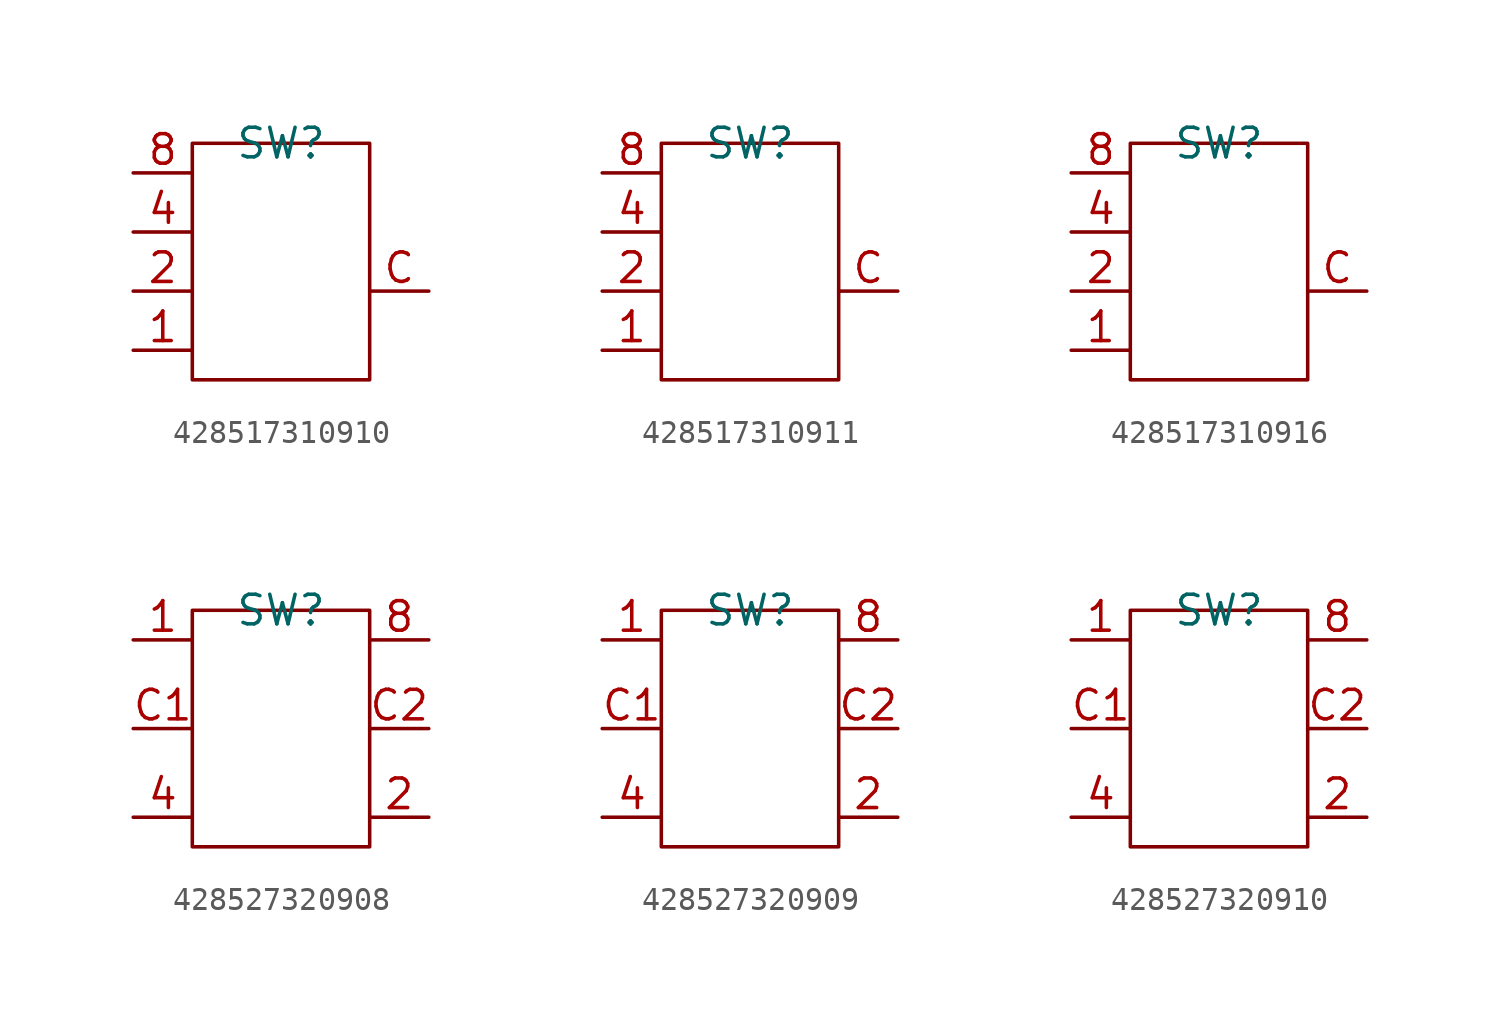
<source format=kicad_sym>
(kicad_symbol_lib
  (version 20220914)
  (generator kicad_symbol_editor)
  (symbol "428517310910"
    (pin_names hide)
    (property "Reference" "SW"
      (at 0 5.08 0)
      (effects (font (size 1.27 1.27))))
    (property "Critical Parameter" ""
      (at 0 -5.08 0)
      (effects (font (size 1.27 1.27)) (justify left)))
    (symbol "428517310910_0_1"
      (rectangle (start -3.81 5.08) (end 3.81 -5.08) (stroke (width 0) (type default)) (fill (type none))))
    (symbol "428517310910_1_1"
      (pin passive line (at -6.35 -3.81 0) (length 2.54) (name "1" (effects (font (size 1.27 1.27)))) (number "1" (effects (font (size 1.27 1.27)))))
      (pin passive line (at -6.35 -1.27 0) (length 2.54) (name "2" (effects (font (size 1.27 1.27)))) (number "2" (effects (font (size 1.27 1.27)))))
      (pin passive line (at -6.35 1.27 0) (length 2.54) (name "4" (effects (font (size 1.27 1.27)))) (number "4" (effects (font (size 1.27 1.27)))))
      (pin passive line (at -6.35 3.81 0) (length 2.54) (name "8" (effects (font (size 1.27 1.27)))) (number "8" (effects (font (size 1.27 1.27)))))
      (pin passive line (at 6.35 -1.27 180) (length 2.54) (name "C" (effects (font (size 1.27 1.27)))) (number "C" (effects (font (size 1.27 1.27)))))))
  (symbol "428517310911"
    (pin_names hide)
    (property "Reference" "SW"
      (at 0 5.08 0)
      (effects (font (size 1.27 1.27))))
    (property "Critical Parameter" ""
      (at 0 -5.08 0)
      (effects (font (size 1.27 1.27)) (justify left)))
    (symbol "428517310911_0_1"
      (rectangle (start -3.81 5.08) (end 3.81 -5.08) (stroke (width 0) (type default)) (fill (type none))))
    (symbol "428517310911_1_1"
      (pin passive line (at -6.35 -3.81 0) (length 2.54) (name "1" (effects (font (size 1.27 1.27)))) (number "1" (effects (font (size 1.27 1.27)))))
      (pin passive line (at -6.35 -1.27 0) (length 2.54) (name "2" (effects (font (size 1.27 1.27)))) (number "2" (effects (font (size 1.27 1.27)))))
      (pin passive line (at -6.35 1.27 0) (length 2.54) (name "4" (effects (font (size 1.27 1.27)))) (number "4" (effects (font (size 1.27 1.27)))))
      (pin passive line (at -6.35 3.81 0) (length 2.54) (name "8" (effects (font (size 1.27 1.27)))) (number "8" (effects (font (size 1.27 1.27)))))
      (pin passive line (at 6.35 -1.27 180) (length 2.54) (name "C" (effects (font (size 1.27 1.27)))) (number "C" (effects (font (size 1.27 1.27)))))))
  (symbol "428517310916"
    (pin_names hide)
    (property "Reference" "SW"
      (at 0 5.08 0)
      (effects (font (size 1.27 1.27))))
    (property "Critical Parameter" ""
      (at 0 -5.08 0)
      (effects (font (size 1.27 1.27)) (justify left)))
    (symbol "428517310916_0_1"
      (rectangle (start -3.81 5.08) (end 3.81 -5.08) (stroke (width 0) (type default)) (fill (type none))))
    (symbol "428517310916_1_1"
      (pin passive line (at -6.35 -3.81 0) (length 2.54) (name "1" (effects (font (size 1.27 1.27)))) (number "1" (effects (font (size 1.27 1.27)))))
      (pin passive line (at -6.35 -1.27 0) (length 2.54) (name "2" (effects (font (size 1.27 1.27)))) (number "2" (effects (font (size 1.27 1.27)))))
      (pin passive line (at -6.35 1.27 0) (length 2.54) (name "4" (effects (font (size 1.27 1.27)))) (number "4" (effects (font (size 1.27 1.27)))))
      (pin passive line (at -6.35 3.81 0) (length 2.54) (name "8" (effects (font (size 1.27 1.27)))) (number "8" (effects (font (size 1.27 1.27)))))
      (pin passive line (at 6.35 -1.27 180) (length 2.54) (name "C" (effects (font (size 1.27 1.27)))) (number "C" (effects (font (size 1.27 1.27)))))))
  (symbol "428527320908"
    (pin_names hide)
    (property "Reference" "SW"
      (at 0 5.08 0)
      (effects (font (size 1.27 1.27))))
    (property "Critical Parameter" ""
      (at 0 -5.08 0)
      (effects (font (size 1.27 1.27)) (justify left)))
    (symbol "428527320908_0_1"
      (rectangle (start -3.81 5.08) (end 3.81 -5.08) (stroke (width 0) (type default)) (fill (type none))))
    (symbol "428527320908_1_1"
      (pin passive line (at -6.35 3.81 0) (length 2.54) (name "1" (effects (font (size 1.27 1.27)))) (number "1" (effects (font (size 1.27 1.27)))))
      (pin passive line (at 6.35 -3.81 180) (length 2.54) (name "2" (effects (font (size 1.27 1.27)))) (number "2" (effects (font (size 1.27 1.27)))))
      (pin passive line (at -6.35 -3.81 0) (length 2.54) (name "4" (effects (font (size 1.27 1.27)))) (number "4" (effects (font (size 1.27 1.27)))))
      (pin passive line (at 6.35 3.81 180) (length 2.54) (name "8" (effects (font (size 1.27 1.27)))) (number "8" (effects (font (size 1.27 1.27)))))
      (pin passive line (at -6.35 0 0) (length 2.54) (name "C1" (effects (font (size 1.27 1.27)))) (number "C1" (effects (font (size 1.27 1.27)))))
      (pin passive line (at 6.35 0 180) (length 2.54) (name "C2" (effects (font (size 1.27 1.27)))) (number "C2" (effects (font (size 1.27 1.27)))))))
  (symbol "428527320909"
    (pin_names hide)
    (property "Reference" "SW"
      (at 0 5.08 0)
      (effects (font (size 1.27 1.27))))
    (property "Critical Parameter" ""
      (at 0 -5.08 0)
      (effects (font (size 1.27 1.27)) (justify left)))
    (symbol "428527320909_0_1"
      (rectangle (start -3.81 5.08) (end 3.81 -5.08) (stroke (width 0) (type default)) (fill (type none))))
    (symbol "428527320909_1_1"
      (pin passive line (at -6.35 3.81 0) (length 2.54) (name "1" (effects (font (size 1.27 1.27)))) (number "1" (effects (font (size 1.27 1.27)))))
      (pin passive line (at 6.35 -3.81 180) (length 2.54) (name "2" (effects (font (size 1.27 1.27)))) (number "2" (effects (font (size 1.27 1.27)))))
      (pin passive line (at -6.35 -3.81 0) (length 2.54) (name "4" (effects (font (size 1.27 1.27)))) (number "4" (effects (font (size 1.27 1.27)))))
      (pin passive line (at 6.35 3.81 180) (length 2.54) (name "8" (effects (font (size 1.27 1.27)))) (number "8" (effects (font (size 1.27 1.27)))))
      (pin passive line (at -6.35 0 0) (length 2.54) (name "C1" (effects (font (size 1.27 1.27)))) (number "C1" (effects (font (size 1.27 1.27)))))
      (pin passive line (at 6.35 0 180) (length 2.54) (name "C2" (effects (font (size 1.27 1.27)))) (number "C2" (effects (font (size 1.27 1.27)))))))
  (symbol "428527320910"
    (pin_names hide)
    (property "Reference" "SW"
      (at 0 5.08 0)
      (effects (font (size 1.27 1.27))))
    (property "Critical Parameter" ""
      (at 0 -5.08 0)
      (effects (font (size 1.27 1.27)) (justify left)))
    (symbol "428527320910_0_1"
      (rectangle (start -3.81 5.08) (end 3.81 -5.08) (stroke (width 0) (type default)) (fill (type none))))
    (symbol "428527320910_1_1"
      (pin passive line (at -6.35 3.81 0) (length 2.54) (name "1" (effects (font (size 1.27 1.27)))) (number "1" (effects (font (size 1.27 1.27)))))
      (pin passive line (at 6.35 -3.81 180) (length 2.54) (name "2" (effects (font (size 1.27 1.27)))) (number "2" (effects (font (size 1.27 1.27)))))
      (pin passive line (at -6.35 -3.81 0) (length 2.54) (name "4" (effects (font (size 1.27 1.27)))) (number "4" (effects (font (size 1.27 1.27)))))
      (pin passive line (at 6.35 3.81 180) (length 2.54) (name "8" (effects (font (size 1.27 1.27)))) (number "8" (effects (font (size 1.27 1.27)))))
      (pin passive line (at -6.35 0 0) (length 2.54) (name "C1" (effects (font (size 1.27 1.27)))) (number "C1" (effects (font (size 1.27 1.27)))))
      (pin passive line (at 6.35 0 180) (length 2.54) (name "C2" (effects (font (size 1.27 1.27)))) (number "C2" (effects (font (size 1.27 1.27))))))))
</source>
